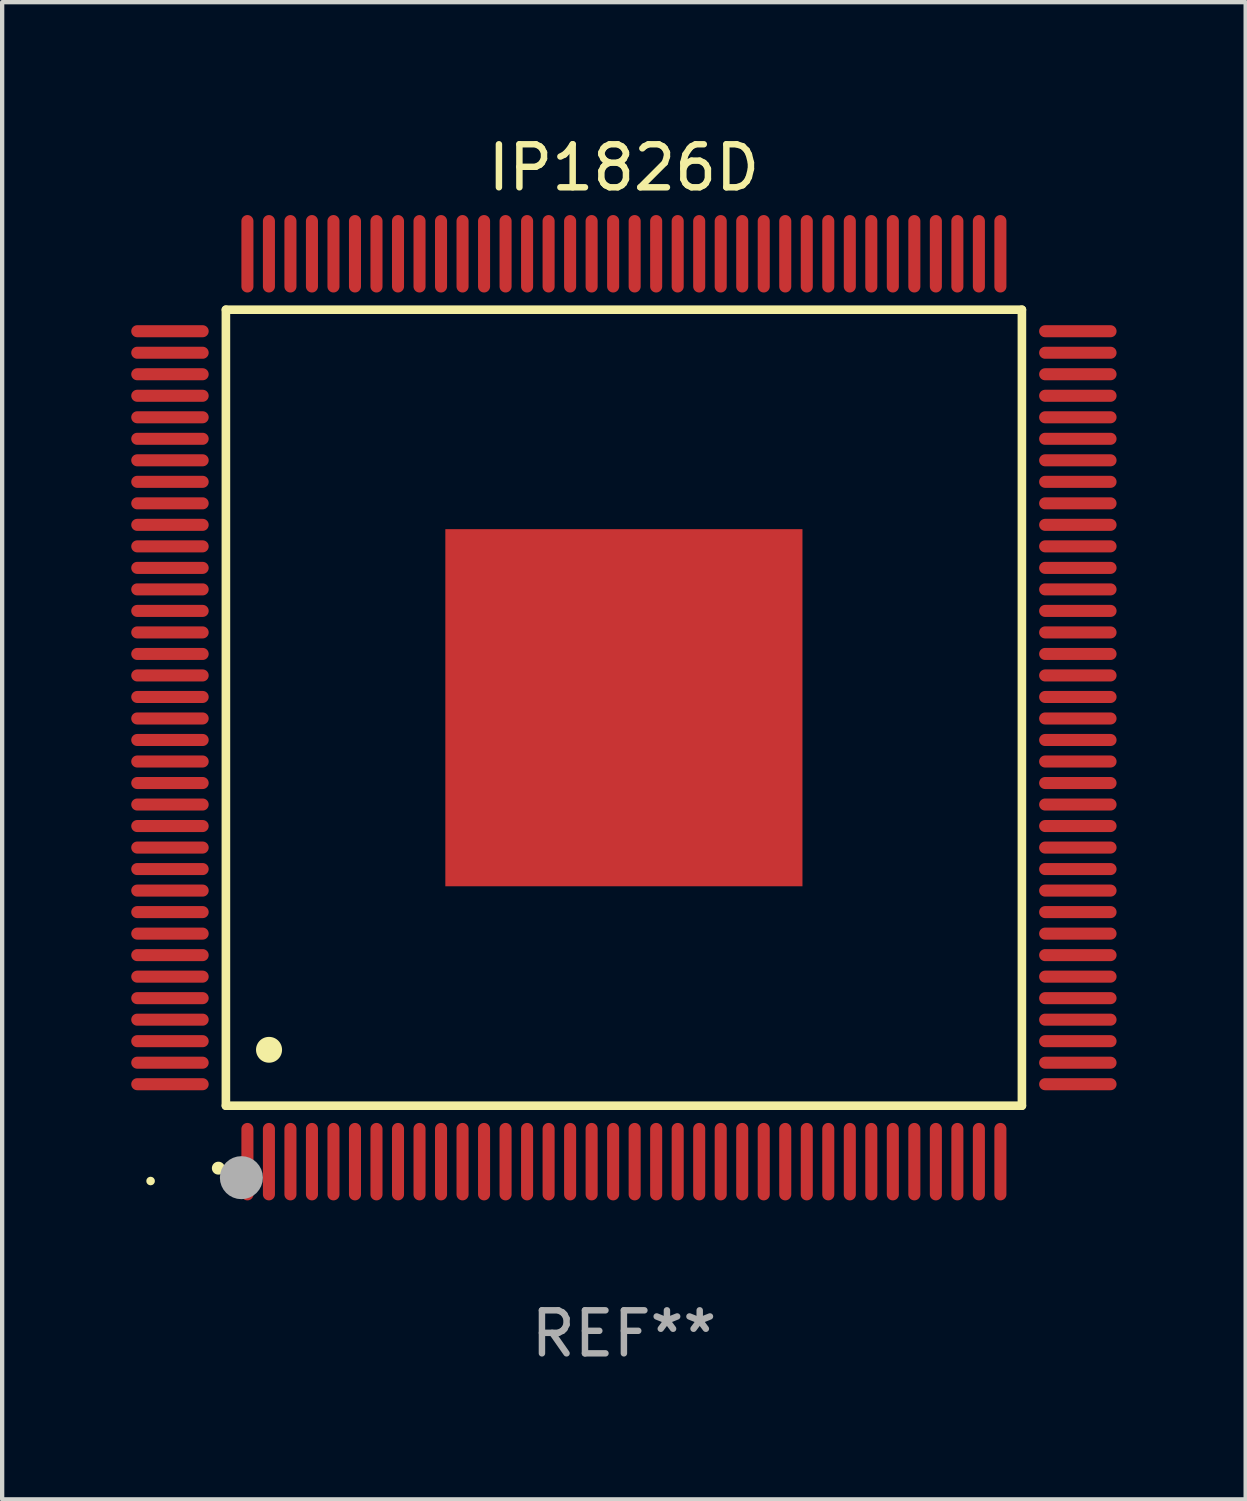
<source format=kicad_pcb>
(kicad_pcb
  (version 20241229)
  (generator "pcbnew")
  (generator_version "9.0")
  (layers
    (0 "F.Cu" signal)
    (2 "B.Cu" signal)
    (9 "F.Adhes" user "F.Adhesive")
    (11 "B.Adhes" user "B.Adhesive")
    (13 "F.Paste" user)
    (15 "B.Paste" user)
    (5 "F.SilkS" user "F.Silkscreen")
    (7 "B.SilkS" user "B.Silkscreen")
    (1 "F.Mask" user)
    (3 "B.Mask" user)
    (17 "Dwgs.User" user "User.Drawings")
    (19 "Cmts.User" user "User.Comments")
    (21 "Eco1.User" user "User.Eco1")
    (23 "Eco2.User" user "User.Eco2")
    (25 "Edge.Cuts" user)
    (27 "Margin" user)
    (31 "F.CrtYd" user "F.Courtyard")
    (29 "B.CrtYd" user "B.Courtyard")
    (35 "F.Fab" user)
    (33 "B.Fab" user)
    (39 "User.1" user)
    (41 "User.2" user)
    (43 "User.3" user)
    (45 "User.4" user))
  (footprint "IP1826D"
    (layer "F.Cu")
    (at 11.45 13.398)
    (property "Reference" "IP1826D" (at 0 -12.55 0) (layer "F.SilkS") (effects (font (size 1 1) (thickness 0.15))))
    (attr through_hole)
    (fp_line (start -9.25 -9.25) (end 9.25 -9.25) (stroke (width 0.2) (type solid)) (layer "F.SilkS"))
    (fp_line (start -9.25 9.25) (end -9.25 -9.25) (stroke (width 0.2) (type solid)) (layer "F.SilkS"))
    (fp_line (start 9.25 -9.25) (end 9.25 9.25) (stroke (width 0.2) (type solid)) (layer "F.SilkS"))
    (fp_line (start 9.25 9.25) (end -9.25 9.25) (stroke (width 0.2) (type solid)) (layer "F.SilkS"))
    (fp_arc (start -9.425959 10.701041) (mid -9.424689 10.701036) (end -9.423419 10.701041) (stroke (width 0.3) (type solid)) (layer "F.SilkS"))
    (fp_arc (start -8.249936 7.950216) (mid -8.247396 7.950205) (end -8.244856 7.950216) (stroke (width 0.6) (type solid)) (layer "F.SilkS"))
    (fp_circle (center -11 11) (end -10.95 11) (stroke (width 0.1) (type solid)) (fill no) (layer "F.SilkS"))
    (fp_circle (center -8.89 10.922) (end -8.64 10.922) (stroke (width 0.5) (type solid)) (fill no) (layer "F.Fab"))
    (fp_text user "REF**" (at 0 14.55 0) (layer "F.Fab") (effects (font (size 1 1) (thickness 0.15))))
    (pad "1" smd oval (at -8.75 10.55) (size 0.28 1.8) (layers "F.Cu" "F.Mask" "F.Paste"))
    (pad "2" smd oval (at -8.25 10.55) (size 0.28 1.8) (layers "F.Cu" "F.Mask" "F.Paste"))
    (pad "3" smd oval (at -7.75 10.55) (size 0.28 1.8) (layers "F.Cu" "F.Mask" "F.Paste"))
    (pad "4" smd oval (at -7.25 10.55) (size 0.28 1.8) (layers "F.Cu" "F.Mask" "F.Paste"))
    (pad "5" smd oval (at -6.75 10.55) (size 0.28 1.8) (layers "F.Cu" "F.Mask" "F.Paste"))
    (pad "6" smd oval (at -6.25 10.55) (size 0.28 1.8) (layers "F.Cu" "F.Mask" "F.Paste"))
    (pad "7" smd oval (at -5.75 10.55) (size 0.28 1.8) (layers "F.Cu" "F.Mask" "F.Paste"))
    (pad "8" smd oval (at -5.25 10.55) (size 0.28 1.8) (layers "F.Cu" "F.Mask" "F.Paste"))
    (pad "9" smd oval (at -4.75 10.55) (size 0.28 1.8) (layers "F.Cu" "F.Mask" "F.Paste"))
    (pad "10" smd oval (at -4.25 10.55) (size 0.28 1.8) (layers "F.Cu" "F.Mask" "F.Paste"))
    (pad "11" smd oval (at -3.75 10.55) (size 0.28 1.8) (layers "F.Cu" "F.Mask" "F.Paste"))
    (pad "12" smd oval (at -3.25 10.55) (size 0.28 1.8) (layers "F.Cu" "F.Mask" "F.Paste"))
    (pad "13" smd oval (at -2.75 10.55) (size 0.28 1.8) (layers "F.Cu" "F.Mask" "F.Paste"))
    (pad "14" smd oval (at -2.25 10.55) (size 0.28 1.8) (layers "F.Cu" "F.Mask" "F.Paste"))
    (pad "15" smd oval (at -1.75 10.55) (size 0.28 1.8) (layers "F.Cu" "F.Mask" "F.Paste"))
    (pad "16" smd oval (at -1.25 10.55) (size 0.28 1.8) (layers "F.Cu" "F.Mask" "F.Paste"))
    (pad "17" smd oval (at -0.75 10.55) (size 0.28 1.8) (layers "F.Cu" "F.Mask" "F.Paste"))
    (pad "18" smd oval (at -0.25 10.55) (size 0.28 1.8) (layers "F.Cu" "F.Mask" "F.Paste"))
    (pad "19" smd oval (at 0.25 10.55) (size 0.28 1.8) (layers "F.Cu" "F.Mask" "F.Paste"))
    (pad "20" smd oval (at 0.75 10.55) (size 0.28 1.8) (layers "F.Cu" "F.Mask" "F.Paste"))
    (pad "21" smd oval (at 1.25 10.55) (size 0.28 1.8) (layers "F.Cu" "F.Mask" "F.Paste"))
    (pad "22" smd oval (at 1.75 10.55) (size 0.28 1.8) (layers "F.Cu" "F.Mask" "F.Paste"))
    (pad "23" smd oval (at 2.25 10.55) (size 0.28 1.8) (layers "F.Cu" "F.Mask" "F.Paste"))
    (pad "24" smd oval (at 2.75 10.55) (size 0.28 1.8) (layers "F.Cu" "F.Mask" "F.Paste"))
    (pad "25" smd oval (at 3.25 10.55) (size 0.28 1.8) (layers "F.Cu" "F.Mask" "F.Paste"))
    (pad "26" smd oval (at 3.75 10.55) (size 0.28 1.8) (layers "F.Cu" "F.Mask" "F.Paste"))
    (pad "27" smd oval (at 4.25 10.55) (size 0.28 1.8) (layers "F.Cu" "F.Mask" "F.Paste"))
    (pad "28" smd oval (at 4.75 10.55) (size 0.28 1.8) (layers "F.Cu" "F.Mask" "F.Paste"))
    (pad "29" smd oval (at 5.25 10.55) (size 0.28 1.8) (layers "F.Cu" "F.Mask" "F.Paste"))
    (pad "30" smd oval (at 5.75 10.55) (size 0.28 1.8) (layers "F.Cu" "F.Mask" "F.Paste"))
    (pad "31" smd oval (at 6.25 10.55) (size 0.28 1.8) (layers "F.Cu" "F.Mask" "F.Paste"))
    (pad "32" smd oval (at 6.75 10.55) (size 0.28 1.8) (layers "F.Cu" "F.Mask" "F.Paste"))
    (pad "33" smd oval (at 7.25 10.55) (size 0.28 1.8) (layers "F.Cu" "F.Mask" "F.Paste"))
    (pad "34" smd oval (at 7.75 10.55) (size 0.28 1.8) (layers "F.Cu" "F.Mask" "F.Paste"))
    (pad "35" smd oval (at 8.25 10.55) (size 0.28 1.8) (layers "F.Cu" "F.Mask" "F.Paste"))
    (pad "36" smd oval (at 8.75 10.55) (size 0.28 1.8) (layers "F.Cu" "F.Mask" "F.Paste"))
    (pad "37" smd oval (at 10.55 8.75) (size 1.8 0.28) (layers "F.Cu" "F.Mask" "F.Paste"))
    (pad "38" smd oval (at 10.55 8.25) (size 1.8 0.28) (layers "F.Cu" "F.Mask" "F.Paste"))
    (pad "39" smd oval (at 10.55 7.75) (size 1.8 0.28) (layers "F.Cu" "F.Mask" "F.Paste"))
    (pad "40" smd oval (at 10.55 7.25) (size 1.8 0.28) (layers "F.Cu" "F.Mask" "F.Paste"))
    (pad "41" smd oval (at 10.55 6.75) (size 1.8 0.28) (layers "F.Cu" "F.Mask" "F.Paste"))
    (pad "42" smd oval (at 10.55 6.25) (size 1.8 0.28) (layers "F.Cu" "F.Mask" "F.Paste"))
    (pad "43" smd oval (at 10.55 5.75) (size 1.8 0.28) (layers "F.Cu" "F.Mask" "F.Paste"))
    (pad "44" smd oval (at 10.55 5.25) (size 1.8 0.28) (layers "F.Cu" "F.Mask" "F.Paste"))
    (pad "45" smd oval (at 10.55 4.75) (size 1.8 0.28) (layers "F.Cu" "F.Mask" "F.Paste"))
    (pad "46" smd oval (at 10.55 4.25) (size 1.8 0.28) (layers "F.Cu" "F.Mask" "F.Paste"))
    (pad "47" smd oval (at 10.55 3.75) (size 1.8 0.28) (layers "F.Cu" "F.Mask" "F.Paste"))
    (pad "48" smd oval (at 10.55 3.25) (size 1.8 0.28) (layers "F.Cu" "F.Mask" "F.Paste"))
    (pad "49" smd oval (at 10.55 2.75) (size 1.8 0.28) (layers "F.Cu" "F.Mask" "F.Paste"))
    (pad "50" smd oval (at 10.55 2.25) (size 1.8 0.28) (layers "F.Cu" "F.Mask" "F.Paste"))
    (pad "51" smd oval (at 10.55 1.75) (size 1.8 0.28) (layers "F.Cu" "F.Mask" "F.Paste"))
    (pad "52" smd oval (at 10.55 1.25) (size 1.8 0.28) (layers "F.Cu" "F.Mask" "F.Paste"))
    (pad "53" smd oval (at 10.55 0.75) (size 1.8 0.28) (layers "F.Cu" "F.Mask" "F.Paste"))
    (pad "54" smd oval (at 10.55 0.25) (size 1.8 0.28) (layers "F.Cu" "F.Mask" "F.Paste"))
    (pad "55" smd oval (at 10.55 -0.25) (size 1.8 0.28) (layers "F.Cu" "F.Mask" "F.Paste"))
    (pad "56" smd oval (at 10.55 -0.75) (size 1.8 0.28) (layers "F.Cu" "F.Mask" "F.Paste"))
    (pad "57" smd oval (at 10.55 -1.25) (size 1.8 0.28) (layers "F.Cu" "F.Mask" "F.Paste"))
    (pad "58" smd oval (at 10.55 -1.75) (size 1.8 0.28) (layers "F.Cu" "F.Mask" "F.Paste"))
    (pad "59" smd oval (at 10.55 -2.25) (size 1.8 0.28) (layers "F.Cu" "F.Mask" "F.Paste"))
    (pad "60" smd oval (at 10.55 -2.75) (size 1.8 0.28) (layers "F.Cu" "F.Mask" "F.Paste"))
    (pad "61" smd oval (at 10.55 -3.25) (size 1.8 0.28) (layers "F.Cu" "F.Mask" "F.Paste"))
    (pad "62" smd oval (at 10.55 -3.75) (size 1.8 0.28) (layers "F.Cu" "F.Mask" "F.Paste"))
    (pad "63" smd oval (at 10.55 -4.25) (size 1.8 0.28) (layers "F.Cu" "F.Mask" "F.Paste"))
    (pad "64" smd oval (at 10.55 -4.75) (size 1.8 0.28) (layers "F.Cu" "F.Mask" "F.Paste"))
    (pad "65" smd oval (at 10.55 -5.25) (size 1.8 0.28) (layers "F.Cu" "F.Mask" "F.Paste"))
    (pad "66" smd oval (at 10.55 -5.75) (size 1.8 0.28) (layers "F.Cu" "F.Mask" "F.Paste"))
    (pad "67" smd oval (at 10.55 -6.25) (size 1.8 0.28) (layers "F.Cu" "F.Mask" "F.Paste"))
    (pad "68" smd oval (at 10.55 -6.75) (size 1.8 0.28) (layers "F.Cu" "F.Mask" "F.Paste"))
    (pad "69" smd oval (at 10.55 -7.25) (size 1.8 0.28) (layers "F.Cu" "F.Mask" "F.Paste"))
    (pad "70" smd oval (at 10.55 -7.75) (size 1.8 0.28) (layers "F.Cu" "F.Mask" "F.Paste"))
    (pad "71" smd oval (at 10.55 -8.25) (size 1.8 0.28) (layers "F.Cu" "F.Mask" "F.Paste"))
    (pad "72" smd oval (at 10.55 -8.75) (size 1.8 0.28) (layers "F.Cu" "F.Mask" "F.Paste"))
    (pad "73" smd oval (at 8.75 -10.55) (size 0.28 1.8) (layers "F.Cu" "F.Mask" "F.Paste"))
    (pad "74" smd oval (at 8.25 -10.55) (size 0.28 1.8) (layers "F.Cu" "F.Mask" "F.Paste"))
    (pad "75" smd oval (at 7.75 -10.55) (size 0.28 1.8) (layers "F.Cu" "F.Mask" "F.Paste"))
    (pad "76" smd oval (at 7.25 -10.55) (size 0.28 1.8) (layers "F.Cu" "F.Mask" "F.Paste"))
    (pad "77" smd oval (at 6.75 -10.55) (size 0.28 1.8) (layers "F.Cu" "F.Mask" "F.Paste"))
    (pad "78" smd oval (at 6.25 -10.55) (size 0.28 1.8) (layers "F.Cu" "F.Mask" "F.Paste"))
    (pad "79" smd oval (at 5.75 -10.55) (size 0.28 1.8) (layers "F.Cu" "F.Mask" "F.Paste"))
    (pad "80" smd oval (at 5.25 -10.55) (size 0.28 1.8) (layers "F.Cu" "F.Mask" "F.Paste"))
    (pad "81" smd oval (at 4.75 -10.55) (size 0.28 1.8) (layers "F.Cu" "F.Mask" "F.Paste"))
    (pad "82" smd oval (at 4.25 -10.55) (size 0.28 1.8) (layers "F.Cu" "F.Mask" "F.Paste"))
    (pad "83" smd oval (at 3.75 -10.55) (size 0.28 1.8) (layers "F.Cu" "F.Mask" "F.Paste"))
    (pad "84" smd oval (at 3.25 -10.55) (size 0.28 1.8) (layers "F.Cu" "F.Mask" "F.Paste"))
    (pad "85" smd oval (at 2.75 -10.55) (size 0.28 1.8) (layers "F.Cu" "F.Mask" "F.Paste"))
    (pad "86" smd oval (at 2.25 -10.55) (size 0.28 1.8) (layers "F.Cu" "F.Mask" "F.Paste"))
    (pad "87" smd oval (at 1.75 -10.55) (size 0.28 1.8) (layers "F.Cu" "F.Mask" "F.Paste"))
    (pad "88" smd oval (at 1.25 -10.55) (size 0.28 1.8) (layers "F.Cu" "F.Mask" "F.Paste"))
    (pad "89" smd oval (at 0.75 -10.55) (size 0.28 1.8) (layers "F.Cu" "F.Mask" "F.Paste"))
    (pad "90" smd oval (at 0.25 -10.55) (size 0.28 1.8) (layers "F.Cu" "F.Mask" "F.Paste"))
    (pad "91" smd oval (at -0.25 -10.55) (size 0.28 1.8) (layers "F.Cu" "F.Mask" "F.Paste"))
    (pad "92" smd oval (at -0.75 -10.55) (size 0.28 1.8) (layers "F.Cu" "F.Mask" "F.Paste"))
    (pad "93" smd oval (at -1.25 -10.55) (size 0.28 1.8) (layers "F.Cu" "F.Mask" "F.Paste"))
    (pad "94" smd oval (at -1.75 -10.55) (size 0.28 1.8) (layers "F.Cu" "F.Mask" "F.Paste"))
    (pad "95" smd oval (at -2.25 -10.55) (size 0.28 1.8) (layers "F.Cu" "F.Mask" "F.Paste"))
    (pad "96" smd oval (at -2.75 -10.55) (size 0.28 1.8) (layers "F.Cu" "F.Mask" "F.Paste"))
    (pad "97" smd oval (at -3.25 -10.55) (size 0.28 1.8) (layers "F.Cu" "F.Mask" "F.Paste"))
    (pad "98" smd oval (at -3.75 -10.55) (size 0.28 1.8) (layers "F.Cu" "F.Mask" "F.Paste"))
    (pad "99" smd oval (at -4.25 -10.55) (size 0.28 1.8) (layers "F.Cu" "F.Mask" "F.Paste"))
    (pad "100" smd oval (at -4.75 -10.55) (size 0.28 1.8) (layers "F.Cu" "F.Mask" "F.Paste"))
    (pad "101" smd oval (at -5.25 -10.55) (size 0.28 1.8) (layers "F.Cu" "F.Mask" "F.Paste"))
    (pad "102" smd oval (at -5.75 -10.55) (size 0.28 1.8) (layers "F.Cu" "F.Mask" "F.Paste"))
    (pad "103" smd oval (at -6.25 -10.55) (size 0.28 1.8) (layers "F.Cu" "F.Mask" "F.Paste"))
    (pad "104" smd oval (at -6.75 -10.55) (size 0.28 1.8) (layers "F.Cu" "F.Mask" "F.Paste"))
    (pad "105" smd oval (at -7.25 -10.55) (size 0.28 1.8) (layers "F.Cu" "F.Mask" "F.Paste"))
    (pad "106" smd oval (at -7.75 -10.55) (size 0.28 1.8) (layers "F.Cu" "F.Mask" "F.Paste"))
    (pad "107" smd oval (at -8.25 -10.55) (size 0.28 1.8) (layers "F.Cu" "F.Mask" "F.Paste"))
    (pad "108" smd oval (at -8.75 -10.55) (size 0.28 1.8) (layers "F.Cu" "F.Mask" "F.Paste"))
    (pad "109" smd oval (at -10.55 -8.75) (size 1.8 0.28) (layers "F.Cu" "F.Mask" "F.Paste"))
    (pad "110" smd oval (at -10.55 -8.25) (size 1.8 0.28) (layers "F.Cu" "F.Mask" "F.Paste"))
    (pad "111" smd oval (at -10.55 -7.75) (size 1.8 0.28) (layers "F.Cu" "F.Mask" "F.Paste"))
    (pad "112" smd oval (at -10.55 -7.25) (size 1.8 0.28) (layers "F.Cu" "F.Mask" "F.Paste"))
    (pad "113" smd oval (at -10.55 -6.75) (size 1.8 0.28) (layers "F.Cu" "F.Mask" "F.Paste"))
    (pad "114" smd oval (at -10.55 -6.25) (size 1.8 0.28) (layers "F.Cu" "F.Mask" "F.Paste"))
    (pad "115" smd oval (at -10.55 -5.75) (size 1.8 0.28) (layers "F.Cu" "F.Mask" "F.Paste"))
    (pad "116" smd oval (at -10.55 -5.25) (size 1.8 0.28) (layers "F.Cu" "F.Mask" "F.Paste"))
    (pad "117" smd oval (at -10.55 -4.75) (size 1.8 0.28) (layers "F.Cu" "F.Mask" "F.Paste"))
    (pad "118" smd oval (at -10.55 -4.25) (size 1.8 0.28) (layers "F.Cu" "F.Mask" "F.Paste"))
    (pad "119" smd oval (at -10.55 -3.75) (size 1.8 0.28) (layers "F.Cu" "F.Mask" "F.Paste"))
    (pad "120" smd oval (at -10.55 -3.25) (size 1.8 0.28) (layers "F.Cu" "F.Mask" "F.Paste"))
    (pad "121" smd oval (at -10.55 -2.75) (size 1.8 0.28) (layers "F.Cu" "F.Mask" "F.Paste"))
    (pad "122" smd oval (at -10.55 -2.25) (size 1.8 0.28) (layers "F.Cu" "F.Mask" "F.Paste"))
    (pad "123" smd oval (at -10.55 -1.75) (size 1.8 0.28) (layers "F.Cu" "F.Mask" "F.Paste"))
    (pad "124" smd oval (at -10.55 -1.25) (size 1.8 0.28) (layers "F.Cu" "F.Mask" "F.Paste"))
    (pad "125" smd oval (at -10.55 -0.75) (size 1.8 0.28) (layers "F.Cu" "F.Mask" "F.Paste"))
    (pad "126" smd oval (at -10.55 -0.25) (size 1.8 0.28) (layers "F.Cu" "F.Mask" "F.Paste"))
    (pad "127" smd oval (at -10.55 0.25) (size 1.8 0.28) (layers "F.Cu" "F.Mask" "F.Paste"))
    (pad "128" smd oval (at -10.55 0.75) (size 1.8 0.28) (layers "F.Cu" "F.Mask" "F.Paste"))
    (pad "129" smd oval (at -10.55 1.25) (size 1.8 0.28) (layers "F.Cu" "F.Mask" "F.Paste"))
    (pad "130" smd oval (at -10.55 1.75) (size 1.8 0.28) (layers "F.Cu" "F.Mask" "F.Paste"))
    (pad "131" smd oval (at -10.55 2.25) (size 1.8 0.28) (layers "F.Cu" "F.Mask" "F.Paste"))
    (pad "132" smd oval (at -10.55 2.75) (size 1.8 0.28) (layers "F.Cu" "F.Mask" "F.Paste"))
    (pad "133" smd oval (at -10.55 3.25) (size 1.8 0.28) (layers "F.Cu" "F.Mask" "F.Paste"))
    (pad "134" smd oval (at -10.55 3.75) (size 1.8 0.28) (layers "F.Cu" "F.Mask" "F.Paste"))
    (pad "135" smd oval (at -10.55 4.25) (size 1.8 0.28) (layers "F.Cu" "F.Mask" "F.Paste"))
    (pad "136" smd oval (at -10.55 4.75) (size 1.8 0.28) (layers "F.Cu" "F.Mask" "F.Paste"))
    (pad "137" smd oval (at -10.55 5.25) (size 1.8 0.28) (layers "F.Cu" "F.Mask" "F.Paste"))
    (pad "138" smd oval (at -10.55 5.75) (size 1.8 0.28) (layers "F.Cu" "F.Mask" "F.Paste"))
    (pad "139" smd oval (at -10.55 6.25) (size 1.8 0.28) (layers "F.Cu" "F.Mask" "F.Paste"))
    (pad "140" smd oval (at -10.55 6.75) (size 1.8 0.28) (layers "F.Cu" "F.Mask" "F.Paste"))
    (pad "141" smd oval (at -10.55 7.25) (size 1.8 0.28) (layers "F.Cu" "F.Mask" "F.Paste"))
    (pad "142" smd oval (at -10.55 7.75) (size 1.8 0.28) (layers "F.Cu" "F.Mask" "F.Paste"))
    (pad "143" smd oval (at -10.55 8.25) (size 1.8 0.28) (layers "F.Cu" "F.Mask" "F.Paste"))
    (pad "144" smd oval (at -10.55 8.75) (size 1.8 0.28) (layers "F.Cu" "F.Mask" "F.Paste"))
    (pad "145" smd rect (at 0 0) (size 8.3 8.3) (layers "F.Cu" "F.Mask" "F.Paste")))
  (gr_rect
    (start -3 -3)
    (end 25.9 31.796)
    (stroke (width 0.1) (type default))
    (fill no)
    (layer "Edge.Cuts")))
</source>
